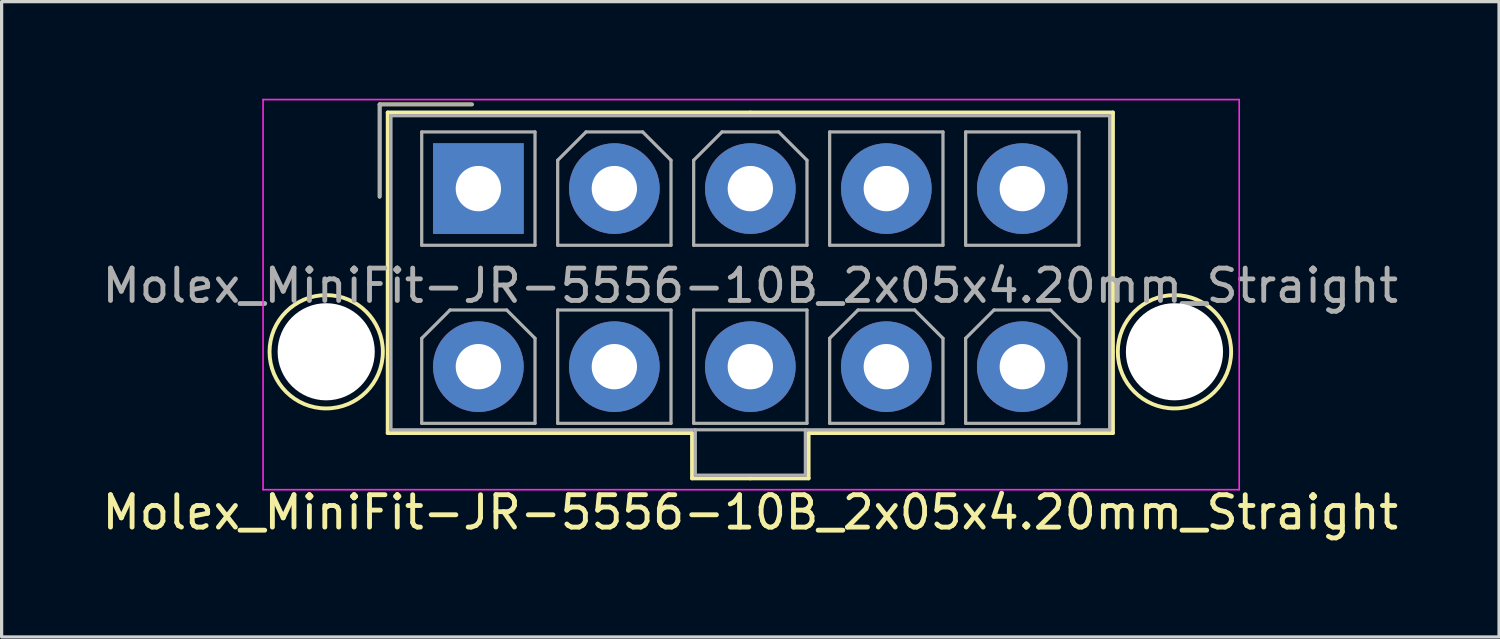
<source format=kicad_pcb>
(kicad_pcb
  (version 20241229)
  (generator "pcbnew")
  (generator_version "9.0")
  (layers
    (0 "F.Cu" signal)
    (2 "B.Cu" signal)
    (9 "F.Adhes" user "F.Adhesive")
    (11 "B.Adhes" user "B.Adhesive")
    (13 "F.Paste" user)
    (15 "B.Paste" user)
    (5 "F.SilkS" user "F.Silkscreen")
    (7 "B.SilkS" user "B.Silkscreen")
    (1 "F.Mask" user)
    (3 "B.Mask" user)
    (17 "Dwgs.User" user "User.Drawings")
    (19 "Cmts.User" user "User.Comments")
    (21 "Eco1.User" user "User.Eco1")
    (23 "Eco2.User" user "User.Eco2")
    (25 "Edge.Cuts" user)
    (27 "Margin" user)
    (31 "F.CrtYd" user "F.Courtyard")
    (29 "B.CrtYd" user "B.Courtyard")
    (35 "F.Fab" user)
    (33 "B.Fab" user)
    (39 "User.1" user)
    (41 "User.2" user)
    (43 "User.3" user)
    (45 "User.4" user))
  (footprint "Molex_MiniFit-JR-5556-10B_2x05x4.20mm_Straight"
    (layer "F.Cu")
    (at 11.725 2.775)
    (property "Reference" "Molex_MiniFit-JR-5556-10B_2x05x4.20mm_Straight" (at 8.4 10 0) (layer "F.SilkS") (effects (font (size 1 1) (thickness 0.15))))
    (attr through_hole)
    (fp_line (start -3.05 -2.6) (end -3.05 0.25) (stroke (width 0.12) (type solid)) (layer "F.SilkS"))
    (fp_line (start -2.8 -2.35) (end -2.8 7.55) (stroke (width 0.12) (type solid)) (layer "F.SilkS"))
    (fp_line (start -2.8 7.55) (end 6.6 7.55) (stroke (width 0.12) (type solid)) (layer "F.SilkS"))
    (fp_line (start -0.2 -2.6) (end -3.05 -2.6) (stroke (width 0.12) (type solid)) (layer "F.SilkS"))
    (fp_line (start 6.6 7.55) (end 6.6 8.95) (stroke (width 0.12) (type solid)) (layer "F.SilkS"))
    (fp_line (start 6.6 8.95) (end 8.4 8.95) (stroke (width 0.12) (type solid)) (layer "F.SilkS"))
    (fp_line (start 8.4 -2.35) (end -2.8 -2.35) (stroke (width 0.12) (type solid)) (layer "F.SilkS"))
    (fp_line (start 8.4 -2.35) (end 19.6 -2.35) (stroke (width 0.12) (type solid)) (layer "F.SilkS"))
    (fp_line (start 10.2 7.55) (end 10.2 8.95) (stroke (width 0.12) (type solid)) (layer "F.SilkS"))
    (fp_line (start 10.2 8.95) (end 8.4 8.95) (stroke (width 0.12) (type solid)) (layer "F.SilkS"))
    (fp_line (start 19.6 -2.35) (end 19.6 7.55) (stroke (width 0.12) (type solid)) (layer "F.SilkS"))
    (fp_line (start 19.6 7.55) (end 10.2 7.55) (stroke (width 0.12) (type solid)) (layer "F.SilkS"))
    (fp_circle (center -4.7 5.04) (end -2.95 5.04) (stroke (width 0.12) (type solid)) (fill no) (layer "F.SilkS"))
    (fp_circle (center 21.5 5.04) (end 23.25 5.04) (stroke (width 0.12) (type solid)) (fill no) (layer "F.SilkS"))
    (fp_line (start -6.65 -2.75) (end -6.65 9.3) (stroke (width 0.05) (type solid)) (layer "F.CrtYd"))
    (fp_line (start -6.65 9.3) (end 23.5 9.3) (stroke (width 0.05) (type solid)) (layer "F.CrtYd"))
    (fp_line (start 23.5 -2.75) (end -6.65 -2.75) (stroke (width 0.05) (type solid)) (layer "F.CrtYd"))
    (fp_line (start 23.5 9.3) (end 23.5 -2.75) (stroke (width 0.05) (type solid)) (layer "F.CrtYd"))
    (fp_line (start -3.05 -2.6) (end -3.05 0.25) (stroke (width 0.1) (type solid)) (layer "F.Fab"))
    (fp_line (start -2.7 -2.25) (end -2.7 7.45) (stroke (width 0.1) (type solid)) (layer "F.Fab"))
    (fp_line (start -2.7 7.45) (end 19.5 7.45) (stroke (width 0.1) (type solid)) (layer "F.Fab"))
    (fp_line (start -1.75 -1.75) (end -1.75 1.75) (stroke (width 0.1) (type solid)) (layer "F.Fab"))
    (fp_line (start -1.75 1.75) (end 1.75 1.75) (stroke (width 0.1) (type solid)) (layer "F.Fab"))
    (fp_line (start -1.75 4.625) (end -0.875 3.75) (stroke (width 0.1) (type solid)) (layer "F.Fab"))
    (fp_line (start -1.75 7.25) (end -1.75 4.625) (stroke (width 0.1) (type solid)) (layer "F.Fab"))
    (fp_line (start -0.875 3.75) (end 0.875 3.75) (stroke (width 0.1) (type solid)) (layer "F.Fab"))
    (fp_line (start -0.2 -2.6) (end -3.05 -2.6) (stroke (width 0.1) (type solid)) (layer "F.Fab"))
    (fp_line (start 0.875 3.75) (end 1.75 4.625) (stroke (width 0.1) (type solid)) (layer "F.Fab"))
    (fp_line (start 1.75 -1.75) (end -1.75 -1.75) (stroke (width 0.1) (type solid)) (layer "F.Fab"))
    (fp_line (start 1.75 1.75) (end 1.75 -1.75) (stroke (width 0.1) (type solid)) (layer "F.Fab"))
    (fp_line (start 1.75 4.625) (end 1.75 7.25) (stroke (width 0.1) (type solid)) (layer "F.Fab"))
    (fp_line (start 1.75 7.25) (end -1.75 7.25) (stroke (width 0.1) (type solid)) (layer "F.Fab"))
    (fp_line (start 2.45 -0.875) (end 3.325 -1.75) (stroke (width 0.1) (type solid)) (layer "F.Fab"))
    (fp_line (start 2.45 1.75) (end 2.45 -0.875) (stroke (width 0.1) (type solid)) (layer "F.Fab"))
    (fp_line (start 2.45 3.75) (end 2.45 7.25) (stroke (width 0.1) (type solid)) (layer "F.Fab"))
    (fp_line (start 2.45 7.25) (end 5.95 7.25) (stroke (width 0.1) (type solid)) (layer "F.Fab"))
    (fp_line (start 3.325 -1.75) (end 5.075 -1.75) (stroke (width 0.1) (type solid)) (layer "F.Fab"))
    (fp_line (start 5.075 -1.75) (end 5.95 -0.875) (stroke (width 0.1) (type solid)) (layer "F.Fab"))
    (fp_line (start 5.95 -0.875) (end 5.95 1.75) (stroke (width 0.1) (type solid)) (layer "F.Fab"))
    (fp_line (start 5.95 1.75) (end 2.45 1.75) (stroke (width 0.1) (type solid)) (layer "F.Fab"))
    (fp_line (start 5.95 3.75) (end 2.45 3.75) (stroke (width 0.1) (type solid)) (layer "F.Fab"))
    (fp_line (start 5.95 7.25) (end 5.95 3.75) (stroke (width 0.1) (type solid)) (layer "F.Fab"))
    (fp_line (start 6.65 -0.875) (end 7.525 -1.75) (stroke (width 0.1) (type solid)) (layer "F.Fab"))
    (fp_line (start 6.65 1.75) (end 6.65 -0.875) (stroke (width 0.1) (type solid)) (layer "F.Fab"))
    (fp_line (start 6.65 3.75) (end 6.65 7.25) (stroke (width 0.1) (type solid)) (layer "F.Fab"))
    (fp_line (start 6.65 7.25) (end 10.15 7.25) (stroke (width 0.1) (type solid)) (layer "F.Fab"))
    (fp_line (start 6.7 7.45) (end 6.7 8.85) (stroke (width 0.1) (type solid)) (layer "F.Fab"))
    (fp_line (start 6.7 8.85) (end 10.1 8.85) (stroke (width 0.1) (type solid)) (layer "F.Fab"))
    (fp_line (start 7.525 -1.75) (end 9.275 -1.75) (stroke (width 0.1) (type solid)) (layer "F.Fab"))
    (fp_line (start 9.275 -1.75) (end 10.15 -0.875) (stroke (width 0.1) (type solid)) (layer "F.Fab"))
    (fp_line (start 10.1 8.85) (end 10.1 7.45) (stroke (width 0.1) (type solid)) (layer "F.Fab"))
    (fp_line (start 10.15 -0.875) (end 10.15 1.75) (stroke (width 0.1) (type solid)) (layer "F.Fab"))
    (fp_line (start 10.15 1.75) (end 6.65 1.75) (stroke (width 0.1) (type solid)) (layer "F.Fab"))
    (fp_line (start 10.15 3.75) (end 6.65 3.75) (stroke (width 0.1) (type solid)) (layer "F.Fab"))
    (fp_line (start 10.15 7.25) (end 10.15 3.75) (stroke (width 0.1) (type solid)) (layer "F.Fab"))
    (fp_line (start 10.85 -1.75) (end 10.85 1.75) (stroke (width 0.1) (type solid)) (layer "F.Fab"))
    (fp_line (start 10.85 1.75) (end 14.35 1.75) (stroke (width 0.1) (type solid)) (layer "F.Fab"))
    (fp_line (start 10.85 4.625) (end 11.725 3.75) (stroke (width 0.1) (type solid)) (layer "F.Fab"))
    (fp_line (start 10.85 7.25) (end 10.85 4.625) (stroke (width 0.1) (type solid)) (layer "F.Fab"))
    (fp_line (start 11.725 3.75) (end 13.475 3.75) (stroke (width 0.1) (type solid)) (layer "F.Fab"))
    (fp_line (start 13.475 3.75) (end 14.35 4.625) (stroke (width 0.1) (type solid)) (layer "F.Fab"))
    (fp_line (start 14.35 -1.75) (end 10.85 -1.75) (stroke (width 0.1) (type solid)) (layer "F.Fab"))
    (fp_line (start 14.35 1.75) (end 14.35 -1.75) (stroke (width 0.1) (type solid)) (layer "F.Fab"))
    (fp_line (start 14.35 4.625) (end 14.35 7.25) (stroke (width 0.1) (type solid)) (layer "F.Fab"))
    (fp_line (start 14.35 7.25) (end 10.85 7.25) (stroke (width 0.1) (type solid)) (layer "F.Fab"))
    (fp_line (start 15.05 -1.75) (end 15.05 1.75) (stroke (width 0.1) (type solid)) (layer "F.Fab"))
    (fp_line (start 15.05 1.75) (end 18.55 1.75) (stroke (width 0.1) (type solid)) (layer "F.Fab"))
    (fp_line (start 15.05 4.625) (end 15.925 3.75) (stroke (width 0.1) (type solid)) (layer "F.Fab"))
    (fp_line (start 15.05 7.25) (end 15.05 4.625) (stroke (width 0.1) (type solid)) (layer "F.Fab"))
    (fp_line (start 15.925 3.75) (end 17.675 3.75) (stroke (width 0.1) (type solid)) (layer "F.Fab"))
    (fp_line (start 17.675 3.75) (end 18.55 4.625) (stroke (width 0.1) (type solid)) (layer "F.Fab"))
    (fp_line (start 18.55 -1.75) (end 15.05 -1.75) (stroke (width 0.1) (type solid)) (layer "F.Fab"))
    (fp_line (start 18.55 1.75) (end 18.55 -1.75) (stroke (width 0.1) (type solid)) (layer "F.Fab"))
    (fp_line (start 18.55 4.625) (end 18.55 7.25) (stroke (width 0.1) (type solid)) (layer "F.Fab"))
    (fp_line (start 18.55 7.25) (end 15.05 7.25) (stroke (width 0.1) (type solid)) (layer "F.Fab"))
    (fp_line (start 19.5 -2.25) (end -2.7 -2.25) (stroke (width 0.1) (type solid)) (layer "F.Fab"))
    (fp_line (start 19.5 7.45) (end 19.5 -2.25) (stroke (width 0.1) (type solid)) (layer "F.Fab"))
    (fp_text user "${REFERENCE}" (at 8.4 3 0) (layer "F.Fab") (effects (font (size 1 1) (thickness 0.15))))
    (pad "" np_thru_hole circle (at -4.7 5.04) (size 3 3) (drill 3) (layers "*.Cu" "*.Mask"))
    (pad "" np_thru_hole circle (at 21.5 5.04) (size 3 3) (drill 3) (layers "*.Cu" "*.Mask"))
    (pad "1" thru_hole rect (at 0 0) (size 2.8 2.8) (drill 1.4) (layers "*.Cu" "*.Mask"))
    (pad "2" thru_hole circle (at 4.2 0) (size 2.8 2.8) (drill 1.4) (layers "*.Cu" "*.Mask"))
    (pad "3" thru_hole circle (at 8.4 0) (size 2.8 2.8) (drill 1.4) (layers "*.Cu" "*.Mask"))
    (pad "4" thru_hole circle (at 12.6 0) (size 2.8 2.8) (drill 1.4) (layers "*.Cu" "*.Mask"))
    (pad "5" thru_hole circle (at 16.8 0) (size 2.8 2.8) (drill 1.4) (layers "*.Cu" "*.Mask"))
    (pad "6" thru_hole circle (at 0 5.5) (size 2.8 2.8) (drill 1.4) (layers "*.Cu" "*.Mask"))
    (pad "7" thru_hole circle (at 4.2 5.5) (size 2.8 2.8) (drill 1.4) (layers "*.Cu" "*.Mask"))
    (pad "8" thru_hole circle (at 8.4 5.5) (size 2.8 2.8) (drill 1.4) (layers "*.Cu" "*.Mask"))
    (pad "9" thru_hole circle (at 12.6 5.5) (size 2.8 2.8) (drill 1.4) (layers "*.Cu" "*.Mask"))
    (pad "10" thru_hole circle (at 16.8 5.5) (size 2.8 2.8) (drill 1.4) (layers "*.Cu" "*.Mask")))
  (gr_rect
    (start -3 -3)
    (end 43.25 16.623)
    (stroke (width 0.1) (type default))
    (fill no)
    (layer "Edge.Cuts")))
</source>
